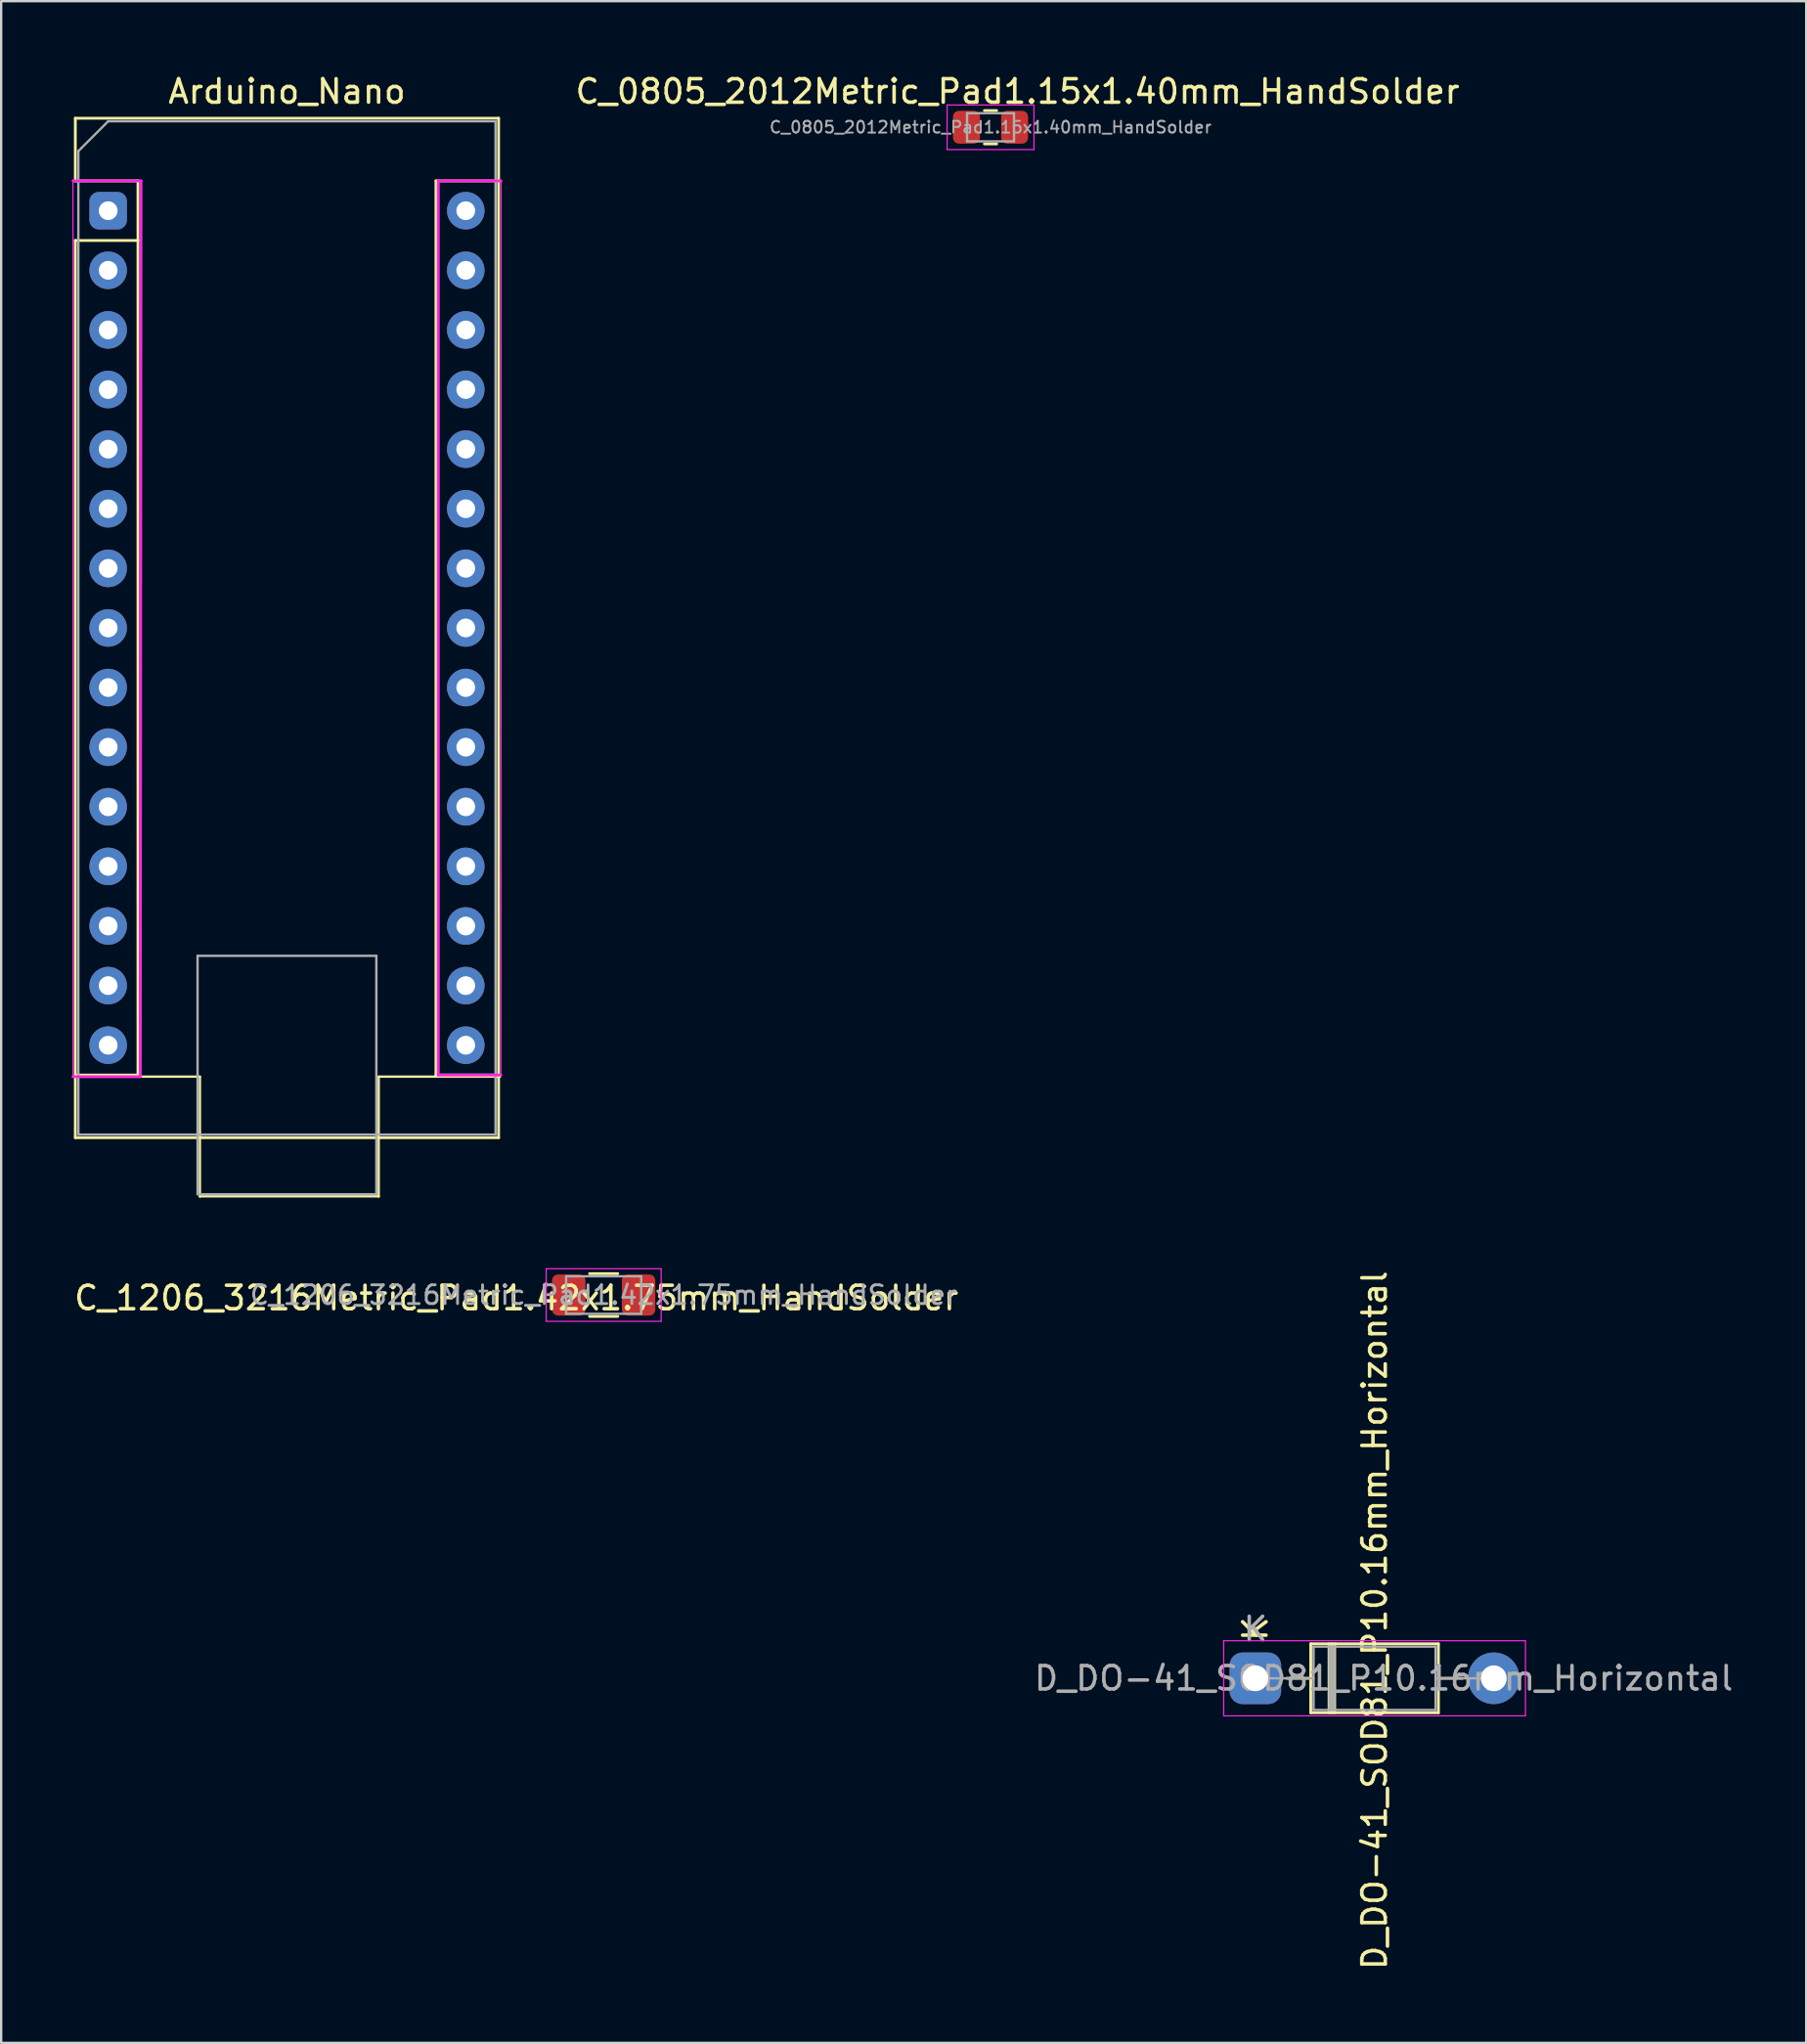
<source format=kicad_pcb>
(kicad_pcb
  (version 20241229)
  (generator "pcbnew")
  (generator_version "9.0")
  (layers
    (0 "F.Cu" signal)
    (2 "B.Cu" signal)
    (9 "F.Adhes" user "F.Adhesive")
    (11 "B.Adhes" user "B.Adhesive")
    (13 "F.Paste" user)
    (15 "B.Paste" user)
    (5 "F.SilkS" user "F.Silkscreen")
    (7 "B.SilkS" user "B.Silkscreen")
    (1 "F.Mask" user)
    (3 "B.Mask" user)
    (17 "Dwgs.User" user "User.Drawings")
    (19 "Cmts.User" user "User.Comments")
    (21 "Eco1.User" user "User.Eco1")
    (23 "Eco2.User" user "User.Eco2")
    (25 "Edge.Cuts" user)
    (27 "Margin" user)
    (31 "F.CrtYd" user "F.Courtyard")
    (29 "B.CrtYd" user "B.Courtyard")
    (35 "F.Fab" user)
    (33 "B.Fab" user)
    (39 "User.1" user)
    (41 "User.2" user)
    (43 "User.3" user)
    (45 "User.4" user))
  (footprint "C_1206_3216Metric_Pad1.42x1.75mm_HandSolder"
    (layer "F.Cu")
    (at 22.678 52.133)
    (property "Reference" "C_1206_3216Metric_Pad1.42x1.75mm_HandSolder" (at -3.72 0.127 0) (layer "F.SilkS") (effects (font (size 1 1) (thickness 0.15))))
    (attr smd)
    (fp_line (start -0.602 -0.91) (end 0.602 -0.91) (stroke (width 0.12) (type solid)) (layer "F.SilkS"))
    (fp_line (start -0.602 0.91) (end 0.602 0.91) (stroke (width 0.12) (type solid)) (layer "F.SilkS"))
    (fp_line (start -2.45 -1.12) (end 2.45 -1.12) (stroke (width 0.05) (type solid)) (layer "F.CrtYd"))
    (fp_line (start -2.45 1.12) (end -2.45 -1.12) (stroke (width 0.05) (type solid)) (layer "F.CrtYd"))
    (fp_line (start 2.45 -1.12) (end 2.45 1.12) (stroke (width 0.05) (type solid)) (layer "F.CrtYd"))
    (fp_line (start 2.45 1.12) (end -2.45 1.12) (stroke (width 0.05) (type solid)) (layer "F.CrtYd"))
    (fp_line (start -1.6 -0.8) (end 1.6 -0.8) (stroke (width 0.1) (type solid)) (layer "F.Fab"))
    (fp_line (start -1.6 0.8) (end -1.6 -0.8) (stroke (width 0.1) (type solid)) (layer "F.Fab"))
    (fp_line (start 1.6 -0.8) (end 1.6 0.8) (stroke (width 0.1) (type solid)) (layer "F.Fab"))
    (fp_line (start 1.6 0.8) (end -1.6 0.8) (stroke (width 0.1) (type solid)) (layer "F.Fab"))
    (fp_text user "${REFERENCE}" (at 0 0 0) (layer "F.Fab") (effects (font (size 0.8 0.8) (thickness 0.12))))
    (pad "1" smd roundrect (at -1.488 0) (size 1.425 1.75) (layers "F.Cu" "F.Mask" "F.Paste") (roundrect_rratio 0.175))
    (pad "2" smd roundrect (at 1.488 0) (size 1.425 1.75) (layers "F.Cu" "F.Mask" "F.Paste") (roundrect_rratio 0.175)))
  (footprint "C_0805_2012Metric_Pad1.15x1.40mm_HandSolder"
    (layer "F.Cu")
    (at 39.166 2.372)
    (property "Reference" "C_0805_2012Metric_Pad1.15x1.40mm_HandSolder" (at 1.152 -1.524 0) (layer "F.SilkS") (effects (font (size 1 1) (thickness 0.15))))
    (attr smd)
    (fp_line (start -0.261 -0.71) (end 0.261 -0.71) (stroke (width 0.12) (type solid)) (layer "F.SilkS"))
    (fp_line (start -0.261 0.71) (end 0.261 0.71) (stroke (width 0.12) (type solid)) (layer "F.SilkS"))
    (fp_line (start -1.85 -0.95) (end 1.85 -0.95) (stroke (width 0.05) (type solid)) (layer "F.CrtYd"))
    (fp_line (start -1.85 0.95) (end -1.85 -0.95) (stroke (width 0.05) (type solid)) (layer "F.CrtYd"))
    (fp_line (start 1.85 -0.95) (end 1.85 0.95) (stroke (width 0.05) (type solid)) (layer "F.CrtYd"))
    (fp_line (start 1.85 0.95) (end -1.85 0.95) (stroke (width 0.05) (type solid)) (layer "F.CrtYd"))
    (fp_line (start -1 -0.6) (end 1 -0.6) (stroke (width 0.1) (type solid)) (layer "F.Fab"))
    (fp_line (start -1 0.6) (end -1 -0.6) (stroke (width 0.1) (type solid)) (layer "F.Fab"))
    (fp_line (start 1 -0.6) (end 1 0.6) (stroke (width 0.1) (type solid)) (layer "F.Fab"))
    (fp_line (start 1 0.6) (end -1 0.6) (stroke (width 0.1) (type solid)) (layer "F.Fab"))
    (fp_text user "${REFERENCE}" (at 0 0 0) (layer "F.Fab") (effects (font (size 0.5 0.5) (thickness 0.08))))
    (pad "1" smd roundrect (at -1.025 0) (size 1.15 1.4) (layers "F.Cu" "F.Mask" "F.Paste") (roundrect_rratio 0.217))
    (pad "2" smd roundrect (at 1.025 0) (size 1.15 1.4) (layers "F.Cu" "F.Mask" "F.Paste") (roundrect_rratio 0.217)))
  (footprint "Arduino_Nano"
    (layer "F.Cu")
    (at 1.56 5.928)
    (property "Reference" "Arduino_Nano" (at 7.62 -5.08 0) (layer "F.SilkS") (effects (font (size 1 1) (thickness 0.15))))
    (attr through_hole)
    (fp_line (start -1.4 -3.94) (end -1.4 -1.27) (stroke (width 0.12) (type solid)) (layer "F.SilkS"))
    (fp_line (start -1.4 1.27) (end -1.4 39.5) (stroke (width 0.12) (type solid)) (layer "F.SilkS"))
    (fp_line (start -1.4 39.5) (end 16.64 39.5) (stroke (width 0.12) (type solid)) (layer "F.SilkS"))
    (fp_line (start 1.27 -1.27) (end -1.4 -1.27) (stroke (width 0.12) (type solid)) (layer "F.SilkS"))
    (fp_line (start 1.27 1.27) (end -1.4 1.27) (stroke (width 0.12) (type solid)) (layer "F.SilkS"))
    (fp_line (start 1.27 1.27) (end 1.27 -1.27) (stroke (width 0.12) (type solid)) (layer "F.SilkS"))
    (fp_line (start 1.27 1.27) (end 1.27 36.83) (stroke (width 0.12) (type solid)) (layer "F.SilkS"))
    (fp_line (start 1.27 36.83) (end -1.4 36.83) (stroke (width 0.12) (type solid)) (layer "F.SilkS"))
    (fp_line (start 3.91 36.9) (end -1.28 36.9) (stroke (width 0.1) (type solid)) (layer "F.SilkS"))
    (fp_line (start 3.91 42) (end 11.53 42) (stroke (width 0.1) (type solid)) (layer "F.SilkS"))
    (fp_line (start 3.91 42.01) (end 3.91 36.9) (stroke (width 0.1) (type solid)) (layer "F.SilkS"))
    (fp_line (start 11.53 36.9) (end 11.53 42.01) (stroke (width 0.1) (type solid)) (layer "F.SilkS"))
    (fp_line (start 13.97 -1.27) (end 13.97 36.83) (stroke (width 0.12) (type solid)) (layer "F.SilkS"))
    (fp_line (start 13.97 -1.27) (end 16.64 -1.27) (stroke (width 0.12) (type solid)) (layer "F.SilkS"))
    (fp_line (start 13.97 36.83) (end 16.64 36.83) (stroke (width 0.12) (type solid)) (layer "F.SilkS"))
    (fp_line (start 16.64 -3.94) (end -1.4 -3.94) (stroke (width 0.12) (type solid)) (layer "F.SilkS"))
    (fp_line (start 16.64 39.5) (end 16.64 -3.94) (stroke (width 0.12) (type solid)) (layer "F.SilkS"))
    (fp_line (start 16.7 36.9) (end 11.53 36.9) (stroke (width 0.1) (type solid)) (layer "F.SilkS"))
    (fp_line (start -1.5 -1.3) (end -1.5 36.9) (stroke (width 0.05) (type solid)) (layer "F.CrtYd"))
    (fp_line (start 1.37 36.9) (end -1.5 36.9) (stroke (width 0.12) (type solid)) (layer "F.CrtYd"))
    (fp_line (start 1.4 -1.27) (end -1.5 -1.27) (stroke (width 0.12) (type solid)) (layer "F.CrtYd"))
    (fp_line (start 1.4 -1.27) (end 1.37 36.9) (stroke (width 0.12) (type solid)) (layer "F.CrtYd"))
    (fp_line (start 14.07 -1.27) (end 14.07 36.83) (stroke (width 0.12) (type solid)) (layer "F.CrtYd"))
    (fp_line (start 14.07 -1.27) (end 16.74 -1.27) (stroke (width 0.12) (type solid)) (layer "F.CrtYd"))
    (fp_line (start 14.07 36.83) (end 16.74 36.83) (stroke (width 0.12) (type solid)) (layer "F.CrtYd"))
    (fp_line (start 16.74 36.83) (end 16.75 -1.3) (stroke (width 0.05) (type solid)) (layer "F.CrtYd"))
    (fp_line (start -1.27 -2.54) (end 0 -3.81) (stroke (width 0.1) (type solid)) (layer "F.Fab"))
    (fp_line (start -1.27 39.37) (end -1.27 -2.54) (stroke (width 0.1) (type solid)) (layer "F.Fab"))
    (fp_line (start 0 -3.81) (end 16.51 -3.81) (stroke (width 0.1) (type solid)) (layer "F.Fab"))
    (fp_line (start 3.81 31.75) (end 11.43 31.75) (stroke (width 0.1) (type solid)) (layer "F.Fab"))
    (fp_line (start 3.81 41.91) (end 3.81 31.75) (stroke (width 0.1) (type solid)) (layer "F.Fab"))
    (fp_line (start 11.43 31.75) (end 11.43 41.91) (stroke (width 0.1) (type solid)) (layer "F.Fab"))
    (fp_line (start 11.43 41.91) (end 3.81 41.91) (stroke (width 0.1) (type solid)) (layer "F.Fab"))
    (fp_line (start 16.51 -3.81) (end 16.51 39.37) (stroke (width 0.1) (type solid)) (layer "F.Fab"))
    (fp_line (start 16.51 39.37) (end -1.27 39.37) (stroke (width 0.1) (type solid)) (layer "F.Fab"))
    (pad "1" thru_hole roundrect (at 0 0) (size 1.6 1.6) (drill 0.8) (layers "*.Cu" "*.Mask") (roundrect_rratio 0.25))
    (pad "2" thru_hole oval (at 0 2.54) (size 1.6 1.6) (drill 0.8) (layers "*.Cu" "*.Mask"))
    (pad "3" thru_hole oval (at 0 5.08) (size 1.6 1.6) (drill 0.8) (layers "*.Cu" "*.Mask"))
    (pad "4" thru_hole oval (at 0 7.62) (size 1.6 1.6) (drill 0.8) (layers "*.Cu" "*.Mask"))
    (pad "5" thru_hole oval (at 0 10.16) (size 1.6 1.6) (drill 0.8) (layers "*.Cu" "*.Mask"))
    (pad "6" thru_hole oval (at 0 12.7) (size 1.6 1.6) (drill 0.8) (layers "*.Cu" "*.Mask"))
    (pad "7" thru_hole oval (at 0 15.24) (size 1.6 1.6) (drill 0.8) (layers "*.Cu" "*.Mask"))
    (pad "8" thru_hole oval (at 0 17.78) (size 1.6 1.6) (drill 0.8) (layers "*.Cu" "*.Mask"))
    (pad "9" thru_hole oval (at 0 20.32) (size 1.6 1.6) (drill 0.8) (layers "*.Cu" "*.Mask"))
    (pad "10" thru_hole oval (at 0 22.86) (size 1.6 1.6) (drill 0.8) (layers "*.Cu" "*.Mask"))
    (pad "11" thru_hole oval (at 0 25.4) (size 1.6 1.6) (drill 0.8) (layers "*.Cu" "*.Mask"))
    (pad "12" thru_hole oval (at 0 27.94) (size 1.6 1.6) (drill 0.8) (layers "*.Cu" "*.Mask"))
    (pad "13" thru_hole oval (at 0 30.48) (size 1.6 1.6) (drill 0.8) (layers "*.Cu" "*.Mask"))
    (pad "14" thru_hole oval (at 0 33.02) (size 1.6 1.6) (drill 0.8) (layers "*.Cu" "*.Mask"))
    (pad "15" thru_hole oval (at 0 35.56) (size 1.6 1.6) (drill 0.8) (layers "*.Cu" "*.Mask"))
    (pad "16" thru_hole oval (at 15.24 35.56) (size 1.6 1.6) (drill 0.8) (layers "*.Cu" "*.Mask"))
    (pad "17" thru_hole oval (at 15.24 33.02) (size 1.6 1.6) (drill 0.8) (layers "*.Cu" "*.Mask"))
    (pad "18" thru_hole oval (at 15.24 30.48) (size 1.6 1.6) (drill 0.8) (layers "*.Cu" "*.Mask"))
    (pad "19" thru_hole oval (at 15.24 27.94) (size 1.6 1.6) (drill 0.8) (layers "*.Cu" "*.Mask"))
    (pad "20" thru_hole oval (at 15.24 25.4) (size 1.6 1.6) (drill 0.8) (layers "*.Cu" "*.Mask"))
    (pad "21" thru_hole oval (at 15.24 22.86) (size 1.6 1.6) (drill 0.8) (layers "*.Cu" "*.Mask"))
    (pad "22" thru_hole oval (at 15.24 20.32) (size 1.6 1.6) (drill 0.8) (layers "*.Cu" "*.Mask"))
    (pad "23" thru_hole oval (at 15.24 17.78) (size 1.6 1.6) (drill 0.8) (layers "*.Cu" "*.Mask"))
    (pad "24" thru_hole oval (at 15.24 15.24) (size 1.6 1.6) (drill 0.8) (layers "*.Cu" "*.Mask"))
    (pad "25" thru_hole oval (at 15.24 12.7) (size 1.6 1.6) (drill 0.8) (layers "*.Cu" "*.Mask"))
    (pad "26" thru_hole oval (at 15.24 10.16) (size 1.6 1.6) (drill 0.8) (layers "*.Cu" "*.Mask"))
    (pad "27" thru_hole oval (at 15.24 7.62) (size 1.6 1.6) (drill 0.8) (layers "*.Cu" "*.Mask"))
    (pad "28" thru_hole oval (at 15.24 5.08) (size 1.6 1.6) (drill 0.8) (layers "*.Cu" "*.Mask"))
    (pad "29" thru_hole oval (at 15.24 2.54) (size 1.6 1.6) (drill 0.8) (layers "*.Cu" "*.Mask"))
    (pad "30" thru_hole oval (at 15.24 0) (size 1.6 1.6) (drill 0.8) (layers "*.Cu" "*.Mask")))
  (footprint "D_DO-41_SOD81_P10.16mm_Horizontal"
    (layer "F.Cu")
    (at 50.453 68.464)
    (property "Reference" "D_DO-41_SOD81_P10.16mm_Horizontal" (at 5.08 -2.47 270) (layer "F.SilkS") (effects (font (size 1 1) (thickness 0.15))))
    (attr through_hole)
    (fp_line (start 1.34 0) (end 2.36 0) (stroke (width 0.12) (type solid)) (layer "F.SilkS"))
    (fp_line (start 2.36 -1.47) (end 2.36 1.47) (stroke (width 0.12) (type solid)) (layer "F.SilkS"))
    (fp_line (start 2.36 1.47) (end 7.8 1.47) (stroke (width 0.12) (type solid)) (layer "F.SilkS"))
    (fp_line (start 3.14 -1.47) (end 3.14 1.47) (stroke (width 0.12) (type solid)) (layer "F.SilkS"))
    (fp_line (start 3.26 -1.47) (end 3.26 1.47) (stroke (width 0.12) (type solid)) (layer "F.SilkS"))
    (fp_line (start 3.38 -1.47) (end 3.38 1.47) (stroke (width 0.12) (type solid)) (layer "F.SilkS"))
    (fp_line (start 7.8 -1.47) (end 2.36 -1.47) (stroke (width 0.12) (type solid)) (layer "F.SilkS"))
    (fp_line (start 7.8 1.47) (end 7.8 -1.47) (stroke (width 0.12) (type solid)) (layer "F.SilkS"))
    (fp_line (start 8.82 0) (end 7.8 0) (stroke (width 0.12) (type solid)) (layer "F.SilkS"))
    (fp_line (start -1.35 -1.6) (end -1.35 1.6) (stroke (width 0.05) (type solid)) (layer "F.CrtYd"))
    (fp_line (start -1.35 1.6) (end 11.51 1.6) (stroke (width 0.05) (type solid)) (layer "F.CrtYd"))
    (fp_line (start 11.51 -1.6) (end -1.35 -1.6) (stroke (width 0.05) (type solid)) (layer "F.CrtYd"))
    (fp_line (start 11.51 1.6) (end 11.51 -1.6) (stroke (width 0.05) (type solid)) (layer "F.CrtYd"))
    (fp_line (start 0 0) (end 2.48 0) (stroke (width 0.1) (type solid)) (layer "F.Fab"))
    (fp_line (start 2.48 -1.35) (end 2.48 1.35) (stroke (width 0.1) (type solid)) (layer "F.Fab"))
    (fp_line (start 2.48 1.35) (end 7.68 1.35) (stroke (width 0.1) (type solid)) (layer "F.Fab"))
    (fp_line (start 3.16 -1.35) (end 3.16 1.35) (stroke (width 0.1) (type solid)) (layer "F.Fab"))
    (fp_line (start 3.26 -1.35) (end 3.26 1.35) (stroke (width 0.1) (type solid)) (layer "F.Fab"))
    (fp_line (start 3.36 -1.35) (end 3.36 1.35) (stroke (width 0.1) (type solid)) (layer "F.Fab"))
    (fp_line (start 7.68 -1.35) (end 2.48 -1.35) (stroke (width 0.1) (type solid)) (layer "F.Fab"))
    (fp_line (start 7.68 1.35) (end 7.68 -1.35) (stroke (width 0.1) (type solid)) (layer "F.Fab"))
    (fp_line (start 10.16 0) (end 7.68 0) (stroke (width 0.1) (type solid)) (layer "F.Fab"))
    (fp_text user "K" (at 0 -2.1 270) (layer "F.SilkS") (effects (font (size 1 1) (thickness 0.15))))
    (fp_text user "K" (at 0 -2.1 180) (layer "F.Fab") (effects (font (size 1 1) (thickness 0.15))))
    (fp_text user "${REFERENCE}" (at 5.47 0 180) (layer "F.Fab") (effects (font (size 1 1) (thickness 0.15))))
    (pad "1" thru_hole roundrect (at 0 0) (size 2.2 2.2) (drill 1.1) (layers "*.Cu" "*.Mask") (roundrect_rratio 0.25))
    (pad "2" thru_hole oval (at 10.16 0) (size 2.2 2.2) (drill 1.1) (layers "*.Cu" "*.Mask")))
  (gr_rect
    (start -3 -3)
    (end 73.929 84)
    (stroke (width 0.1) (type default))
    (fill no)
    (layer "Edge.Cuts")))
</source>
